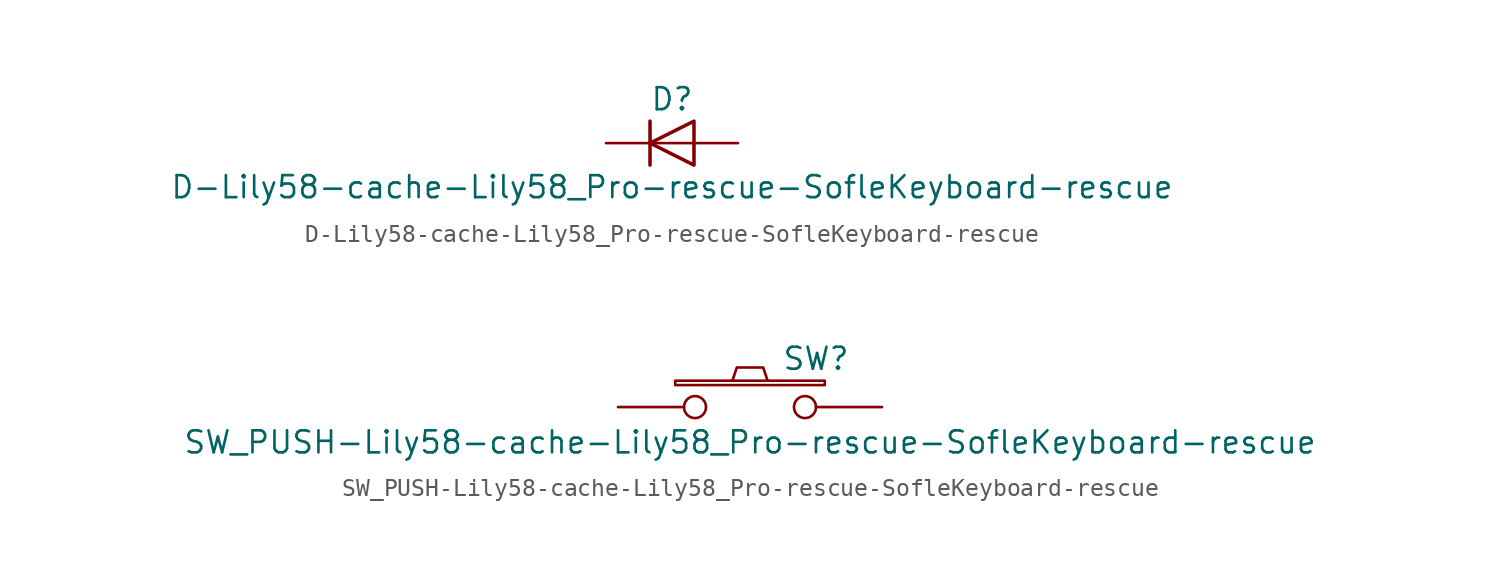
<source format=kicad_sym>
(kicad_symbol_lib
  (version 20201005)
  (generator kicad_symbol_editor)
  (symbol "BlueSof:D-Lily58-cache-Lily58_Pro-rescue-SofleKeyboard-rescue"
    (pin_numbers hide)
    (pin_names
      (offset 1.016) hide)
    (property "Reference" "D"
      (at 0 2.54 0)
      (effects (font (size 1.27 1.27))))
    (property "Value" "D-Lily58-cache-Lily58_Pro-rescue-SofleKeyboard-rescue"
      (at 0 -2.54 0)
      (effects (font (size 1.27 1.27))))
    (symbol "D-Lily58-cache-Lily58_Pro-rescue-SofleKeyboard-rescue_0_1"
      (polyline (pts (xy -1.27 1.27) (xy -1.27 -1.27)) (stroke (width 0.203)) (fill (type none)))
      (polyline (pts (xy 1.27 0) (xy -1.27 0)) (stroke (width 0)) (fill (type none)))
      (polyline (pts (xy 1.27 1.27) (xy 1.27 -1.27) (xy -1.27 0) (xy 1.27 1.27)) (stroke (width 0.203)) (fill (type none))))
    (symbol "D-Lily58-cache-Lily58_Pro-rescue-SofleKeyboard-rescue_1_1"
      (pin passive line (at -3.81 0 0) (length 2.54) (name "K" (effects (font (size 1.27 1.27)))) (number "1" (effects (font (size 1.27 1.27)))))
      (pin passive line (at 3.81 0 180) (length 2.54) (name "A" (effects (font (size 1.27 1.27)))) (number "2" (effects (font (size 1.27 1.27)))))))
  (symbol "BlueSof:SW_PUSH-Lily58-cache-Lily58_Pro-rescue-SofleKeyboard-rescue"
    (pin_numbers hide)
    (pin_names
      (offset 1.016) hide)
    (property "Reference" "SW"
      (at 3.81 2.794 0)
      (effects (font (size 1.27 1.27))))
    (property "Value" "SW_PUSH-Lily58-cache-Lily58_Pro-rescue-SofleKeyboard-rescue"
      (at 0 -2.032 0)
      (effects (font (size 1.27 1.27))))
    (property "Footprint" ""
      (at 0 0 0)
      (effects (font (size 1.27 1.27))))
    (property "Datasheet" ""
      (at 0 0 0)
      (effects (font (size 1.27 1.27))))
    (symbol "SW_PUSH-Lily58-cache-Lily58_Pro-rescue-SofleKeyboard-rescue_0_1"
      (rectangle (start -4.318 1.27) (end 4.318 1.524) (stroke (width 0)) (fill (type none)))
      (polyline (pts (xy -1.016 1.524) (xy -0.762 2.286) (xy 0.762 2.286) (xy 1.016 1.524)) (stroke (width 0)) (fill (type none)))
      (pin passive inverted (at -7.62 0 0) (length 5.08) (name "1" (effects (font (size 1.27 1.27)))) (number "1" (effects (font (size 1.27 1.27)))))
      (pin passive inverted (at 7.62 0 180) (length 5.08) (name "2" (effects (font (size 1.27 1.27)))) (number "2" (effects (font (size 1.27 1.27))))))))
</source>
